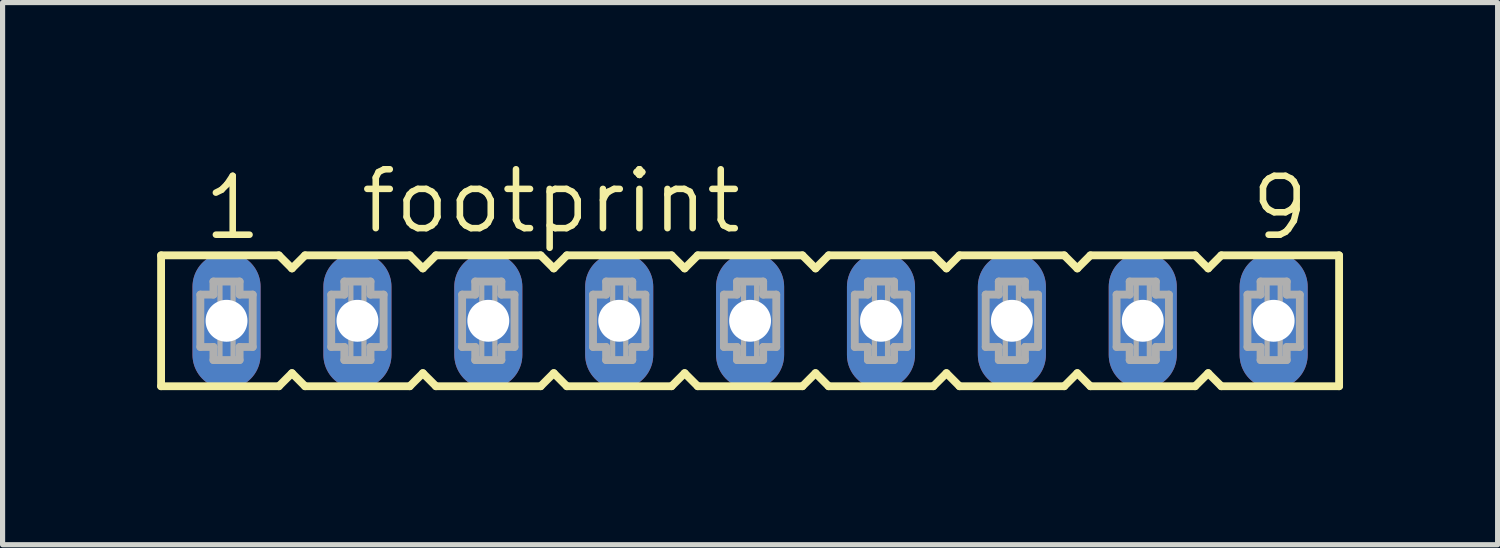
<source format=kicad_pcb>
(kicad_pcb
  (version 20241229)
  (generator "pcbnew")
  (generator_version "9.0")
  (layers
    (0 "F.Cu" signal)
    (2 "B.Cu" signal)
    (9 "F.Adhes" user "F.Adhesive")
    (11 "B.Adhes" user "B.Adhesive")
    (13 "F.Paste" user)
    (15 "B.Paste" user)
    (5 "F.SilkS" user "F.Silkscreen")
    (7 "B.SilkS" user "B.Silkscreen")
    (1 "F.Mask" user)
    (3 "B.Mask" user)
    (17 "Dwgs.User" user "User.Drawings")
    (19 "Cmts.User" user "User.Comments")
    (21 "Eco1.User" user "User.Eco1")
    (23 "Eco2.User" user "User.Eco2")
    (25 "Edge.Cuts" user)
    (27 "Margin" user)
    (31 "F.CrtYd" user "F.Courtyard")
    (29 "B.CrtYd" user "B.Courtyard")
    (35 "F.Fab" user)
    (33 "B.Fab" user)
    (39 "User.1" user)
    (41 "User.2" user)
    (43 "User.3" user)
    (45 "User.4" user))
  (footprint "footprint"
    (layer "F.Cu")
    (at 11.506 3.175)
    (property "Reference" "footprint" (at -7.62 -1.651 0) (layer "F.SilkS") (effects (font (size 1.143 1.143) (thickness 0.127)) (justify left bottom)))
    (fp_line (start -11.43 -1.27) (end -11.43 1.27) (stroke (width 0.152) (type solid)) (layer "F.SilkS"))
    (fp_line (start -11.43 1.27) (end -9.144 1.27) (stroke (width 0.152) (type solid)) (layer "F.SilkS"))
    (fp_line (start -9.144 -1.27) (end -11.43 -1.27) (stroke (width 0.152) (type solid)) (layer "F.SilkS"))
    (fp_line (start -9.144 1.27) (end -8.89 1.016) (stroke (width 0.152) (type solid)) (layer "F.SilkS"))
    (fp_line (start -8.89 -1.016) (end -9.144 -1.27) (stroke (width 0.152) (type solid)) (layer "F.SilkS"))
    (fp_line (start -8.89 1.016) (end -8.636 1.27) (stroke (width 0.152) (type solid)) (layer "F.SilkS"))
    (fp_line (start -8.636 -1.27) (end -8.89 -1.016) (stroke (width 0.152) (type solid)) (layer "F.SilkS"))
    (fp_line (start -8.636 1.27) (end -6.604 1.27) (stroke (width 0.152) (type solid)) (layer "F.SilkS"))
    (fp_line (start -6.604 -1.27) (end -8.636 -1.27) (stroke (width 0.152) (type solid)) (layer "F.SilkS"))
    (fp_line (start -6.604 1.27) (end -6.35 1.016) (stroke (width 0.152) (type solid)) (layer "F.SilkS"))
    (fp_line (start -6.35 -1.016) (end -6.604 -1.27) (stroke (width 0.152) (type solid)) (layer "F.SilkS"))
    (fp_line (start -6.35 1.016) (end -6.096 1.27) (stroke (width 0.152) (type solid)) (layer "F.SilkS"))
    (fp_line (start -6.096 -1.27) (end -6.35 -1.016) (stroke (width 0.152) (type solid)) (layer "F.SilkS"))
    (fp_line (start -6.096 1.27) (end -4.064 1.27) (stroke (width 0.152) (type solid)) (layer "F.SilkS"))
    (fp_line (start -4.064 -1.27) (end -6.096 -1.27) (stroke (width 0.152) (type solid)) (layer "F.SilkS"))
    (fp_line (start -4.064 1.27) (end -3.81 1.016) (stroke (width 0.152) (type solid)) (layer "F.SilkS"))
    (fp_line (start -3.81 -1.016) (end -4.064 -1.27) (stroke (width 0.152) (type solid)) (layer "F.SilkS"))
    (fp_line (start -3.81 1.016) (end -3.556 1.27) (stroke (width 0.152) (type solid)) (layer "F.SilkS"))
    (fp_line (start -3.556 -1.27) (end -3.81 -1.016) (stroke (width 0.152) (type solid)) (layer "F.SilkS"))
    (fp_line (start -3.556 1.27) (end -1.524 1.27) (stroke (width 0.152) (type solid)) (layer "F.SilkS"))
    (fp_line (start -1.524 -1.27) (end -3.556 -1.27) (stroke (width 0.152) (type solid)) (layer "F.SilkS"))
    (fp_line (start -1.524 1.27) (end -1.27 1.016) (stroke (width 0.152) (type solid)) (layer "F.SilkS"))
    (fp_line (start -1.27 -1.016) (end -1.524 -1.27) (stroke (width 0.152) (type solid)) (layer "F.SilkS"))
    (fp_line (start -1.27 1.016) (end -1.016 1.27) (stroke (width 0.152) (type solid)) (layer "F.SilkS"))
    (fp_line (start -1.016 -1.27) (end -1.27 -1.016) (stroke (width 0.152) (type solid)) (layer "F.SilkS"))
    (fp_line (start -1.016 1.27) (end 1.016 1.27) (stroke (width 0.152) (type solid)) (layer "F.SilkS"))
    (fp_line (start 1.016 -1.27) (end -1.016 -1.27) (stroke (width 0.152) (type solid)) (layer "F.SilkS"))
    (fp_line (start 1.016 1.27) (end 1.27 1.016) (stroke (width 0.152) (type solid)) (layer "F.SilkS"))
    (fp_line (start 1.27 -1.016) (end 1.016 -1.27) (stroke (width 0.152) (type solid)) (layer "F.SilkS"))
    (fp_line (start 1.27 1.016) (end 1.524 1.27) (stroke (width 0.152) (type solid)) (layer "F.SilkS"))
    (fp_line (start 1.524 -1.27) (end 1.27 -1.016) (stroke (width 0.152) (type solid)) (layer "F.SilkS"))
    (fp_line (start 1.524 1.27) (end 3.556 1.27) (stroke (width 0.152) (type solid)) (layer "F.SilkS"))
    (fp_line (start 3.556 -1.27) (end 1.524 -1.27) (stroke (width 0.152) (type solid)) (layer "F.SilkS"))
    (fp_line (start 3.556 1.27) (end 3.81 1.016) (stroke (width 0.152) (type solid)) (layer "F.SilkS"))
    (fp_line (start 3.81 -1.016) (end 3.556 -1.27) (stroke (width 0.152) (type solid)) (layer "F.SilkS"))
    (fp_line (start 3.81 1.016) (end 4.064 1.27) (stroke (width 0.152) (type solid)) (layer "F.SilkS"))
    (fp_line (start 4.064 -1.27) (end 3.81 -1.016) (stroke (width 0.152) (type solid)) (layer "F.SilkS"))
    (fp_line (start 4.064 1.27) (end 6.096 1.27) (stroke (width 0.152) (type solid)) (layer "F.SilkS"))
    (fp_line (start 6.096 -1.27) (end 4.064 -1.27) (stroke (width 0.152) (type solid)) (layer "F.SilkS"))
    (fp_line (start 6.096 1.27) (end 6.35 1.016) (stroke (width 0.152) (type solid)) (layer "F.SilkS"))
    (fp_line (start 6.35 -1.016) (end 6.096 -1.27) (stroke (width 0.152) (type solid)) (layer "F.SilkS"))
    (fp_line (start 6.35 1.016) (end 6.604 1.27) (stroke (width 0.152) (type solid)) (layer "F.SilkS"))
    (fp_line (start 6.604 -1.27) (end 6.35 -1.016) (stroke (width 0.152) (type solid)) (layer "F.SilkS"))
    (fp_line (start 6.604 1.27) (end 8.636 1.27) (stroke (width 0.152) (type solid)) (layer "F.SilkS"))
    (fp_line (start 8.636 -1.27) (end 6.604 -1.27) (stroke (width 0.152) (type solid)) (layer "F.SilkS"))
    (fp_line (start 8.636 1.27) (end 8.89 1.016) (stroke (width 0.152) (type solid)) (layer "F.SilkS"))
    (fp_line (start 8.89 -1.016) (end 8.636 -1.27) (stroke (width 0.152) (type solid)) (layer "F.SilkS"))
    (fp_line (start 8.89 1.016) (end 9.144 1.27) (stroke (width 0.152) (type solid)) (layer "F.SilkS"))
    (fp_line (start 9.144 -1.27) (end 8.89 -1.016) (stroke (width 0.152) (type solid)) (layer "F.SilkS"))
    (fp_line (start 9.144 1.27) (end 11.43 1.27) (stroke (width 0.152) (type solid)) (layer "F.SilkS"))
    (fp_line (start 11.43 -1.27) (end 9.144 -1.27) (stroke (width 0.152) (type solid)) (layer "F.SilkS"))
    (fp_line (start 11.43 1.27) (end 11.43 -1.27) (stroke (width 0.152) (type solid)) (layer "F.SilkS"))
    (fp_line (start -10.668 -0.508) (end -10.668 0.508) (stroke (width 0.152) (type solid)) (layer "F.Fab"))
    (fp_line (start -10.668 0.508) (end -10.414 0.508) (stroke (width 0.152) (type solid)) (layer "F.Fab"))
    (fp_line (start -10.414 -0.762) (end -10.414 -0.508) (stroke (width 0.152) (type solid)) (layer "F.Fab"))
    (fp_line (start -10.414 -0.508) (end -10.668 -0.508) (stroke (width 0.152) (type solid)) (layer "F.Fab"))
    (fp_line (start -10.414 0.508) (end -10.414 0.762) (stroke (width 0.152) (type solid)) (layer "F.Fab"))
    (fp_line (start -10.414 0.762) (end -9.906 0.762) (stroke (width 0.152) (type solid)) (layer "F.Fab"))
    (fp_line (start -9.906 -0.762) (end -10.414 -0.762) (stroke (width 0.152) (type solid)) (layer "F.Fab"))
    (fp_line (start -9.906 -0.508) (end -9.906 -0.762) (stroke (width 0.152) (type solid)) (layer "F.Fab"))
    (fp_line (start -9.906 0.508) (end -9.652 0.508) (stroke (width 0.152) (type solid)) (layer "F.Fab"))
    (fp_line (start -9.906 0.762) (end -9.906 0.508) (stroke (width 0.152) (type solid)) (layer "F.Fab"))
    (fp_line (start -9.652 -0.508) (end -9.906 -0.508) (stroke (width 0.152) (type solid)) (layer "F.Fab"))
    (fp_line (start -9.652 0.508) (end -9.652 -0.508) (stroke (width 0.152) (type solid)) (layer "F.Fab"))
    (fp_line (start -8.128 -0.508) (end -8.128 0.508) (stroke (width 0.152) (type solid)) (layer "F.Fab"))
    (fp_line (start -8.128 0.508) (end -7.874 0.508) (stroke (width 0.152) (type solid)) (layer "F.Fab"))
    (fp_line (start -7.874 -0.762) (end -7.874 -0.508) (stroke (width 0.152) (type solid)) (layer "F.Fab"))
    (fp_line (start -7.874 -0.508) (end -8.128 -0.508) (stroke (width 0.152) (type solid)) (layer "F.Fab"))
    (fp_line (start -7.874 0.508) (end -7.874 0.762) (stroke (width 0.152) (type solid)) (layer "F.Fab"))
    (fp_line (start -7.874 0.762) (end -7.366 0.762) (stroke (width 0.152) (type solid)) (layer "F.Fab"))
    (fp_line (start -7.366 -0.762) (end -7.874 -0.762) (stroke (width 0.152) (type solid)) (layer "F.Fab"))
    (fp_line (start -7.366 -0.508) (end -7.366 -0.762) (stroke (width 0.152) (type solid)) (layer "F.Fab"))
    (fp_line (start -7.366 0.508) (end -7.112 0.508) (stroke (width 0.152) (type solid)) (layer "F.Fab"))
    (fp_line (start -7.366 0.762) (end -7.366 0.508) (stroke (width 0.152) (type solid)) (layer "F.Fab"))
    (fp_line (start -7.112 -0.508) (end -7.366 -0.508) (stroke (width 0.152) (type solid)) (layer "F.Fab"))
    (fp_line (start -7.112 0.508) (end -7.112 -0.508) (stroke (width 0.152) (type solid)) (layer "F.Fab"))
    (fp_line (start -5.588 -0.508) (end -5.588 0.508) (stroke (width 0.152) (type solid)) (layer "F.Fab"))
    (fp_line (start -5.588 0.508) (end -5.334 0.508) (stroke (width 0.152) (type solid)) (layer "F.Fab"))
    (fp_line (start -5.334 -0.762) (end -5.334 -0.508) (stroke (width 0.152) (type solid)) (layer "F.Fab"))
    (fp_line (start -5.334 -0.508) (end -5.588 -0.508) (stroke (width 0.152) (type solid)) (layer "F.Fab"))
    (fp_line (start -5.334 0.508) (end -5.334 0.762) (stroke (width 0.152) (type solid)) (layer "F.Fab"))
    (fp_line (start -5.334 0.762) (end -4.826 0.762) (stroke (width 0.152) (type solid)) (layer "F.Fab"))
    (fp_line (start -4.826 -0.762) (end -5.334 -0.762) (stroke (width 0.152) (type solid)) (layer "F.Fab"))
    (fp_line (start -4.826 -0.508) (end -4.826 -0.762) (stroke (width 0.152) (type solid)) (layer "F.Fab"))
    (fp_line (start -4.826 0.508) (end -4.572 0.508) (stroke (width 0.152) (type solid)) (layer "F.Fab"))
    (fp_line (start -4.826 0.762) (end -4.826 0.508) (stroke (width 0.152) (type solid)) (layer "F.Fab"))
    (fp_line (start -4.572 -0.508) (end -4.826 -0.508) (stroke (width 0.152) (type solid)) (layer "F.Fab"))
    (fp_line (start -4.572 0.508) (end -4.572 -0.508) (stroke (width 0.152) (type solid)) (layer "F.Fab"))
    (fp_line (start -3.048 -0.508) (end -3.048 0.508) (stroke (width 0.152) (type solid)) (layer "F.Fab"))
    (fp_line (start -3.048 0.508) (end -2.794 0.508) (stroke (width 0.152) (type solid)) (layer "F.Fab"))
    (fp_line (start -2.794 -0.762) (end -2.794 -0.508) (stroke (width 0.152) (type solid)) (layer "F.Fab"))
    (fp_line (start -2.794 -0.508) (end -3.048 -0.508) (stroke (width 0.152) (type solid)) (layer "F.Fab"))
    (fp_line (start -2.794 0.508) (end -2.794 0.762) (stroke (width 0.152) (type solid)) (layer "F.Fab"))
    (fp_line (start -2.794 0.762) (end -2.286 0.762) (stroke (width 0.152) (type solid)) (layer "F.Fab"))
    (fp_line (start -2.286 -0.762) (end -2.794 -0.762) (stroke (width 0.152) (type solid)) (layer "F.Fab"))
    (fp_line (start -2.286 -0.508) (end -2.286 -0.762) (stroke (width 0.152) (type solid)) (layer "F.Fab"))
    (fp_line (start -2.286 0.508) (end -2.032 0.508) (stroke (width 0.152) (type solid)) (layer "F.Fab"))
    (fp_line (start -2.286 0.762) (end -2.286 0.508) (stroke (width 0.152) (type solid)) (layer "F.Fab"))
    (fp_line (start -2.032 -0.508) (end -2.286 -0.508) (stroke (width 0.152) (type solid)) (layer "F.Fab"))
    (fp_line (start -2.032 0.508) (end -2.032 -0.508) (stroke (width 0.152) (type solid)) (layer "F.Fab"))
    (fp_line (start -0.508 -0.508) (end -0.508 0.508) (stroke (width 0.152) (type solid)) (layer "F.Fab"))
    (fp_line (start -0.508 0.508) (end -0.254 0.508) (stroke (width 0.152) (type solid)) (layer "F.Fab"))
    (fp_line (start -0.254 -0.762) (end -0.254 -0.508) (stroke (width 0.152) (type solid)) (layer "F.Fab"))
    (fp_line (start -0.254 -0.508) (end -0.508 -0.508) (stroke (width 0.152) (type solid)) (layer "F.Fab"))
    (fp_line (start -0.254 0.508) (end -0.254 0.762) (stroke (width 0.152) (type solid)) (layer "F.Fab"))
    (fp_line (start -0.254 0.762) (end 0.254 0.762) (stroke (width 0.152) (type solid)) (layer "F.Fab"))
    (fp_line (start 0.254 -0.762) (end -0.254 -0.762) (stroke (width 0.152) (type solid)) (layer "F.Fab"))
    (fp_line (start 0.254 -0.508) (end 0.254 -0.762) (stroke (width 0.152) (type solid)) (layer "F.Fab"))
    (fp_line (start 0.254 0.508) (end 0.508 0.508) (stroke (width 0.152) (type solid)) (layer "F.Fab"))
    (fp_line (start 0.254 0.762) (end 0.254 0.508) (stroke (width 0.152) (type solid)) (layer "F.Fab"))
    (fp_line (start 0.508 -0.508) (end 0.254 -0.508) (stroke (width 0.152) (type solid)) (layer "F.Fab"))
    (fp_line (start 0.508 0.508) (end 0.508 -0.508) (stroke (width 0.152) (type solid)) (layer "F.Fab"))
    (fp_line (start 2.032 -0.508) (end 2.032 0.508) (stroke (width 0.152) (type solid)) (layer "F.Fab"))
    (fp_line (start 2.032 0.508) (end 2.286 0.508) (stroke (width 0.152) (type solid)) (layer "F.Fab"))
    (fp_line (start 2.286 -0.762) (end 2.286 -0.508) (stroke (width 0.152) (type solid)) (layer "F.Fab"))
    (fp_line (start 2.286 -0.508) (end 2.032 -0.508) (stroke (width 0.152) (type solid)) (layer "F.Fab"))
    (fp_line (start 2.286 0.508) (end 2.286 0.762) (stroke (width 0.152) (type solid)) (layer "F.Fab"))
    (fp_line (start 2.286 0.762) (end 2.794 0.762) (stroke (width 0.152) (type solid)) (layer "F.Fab"))
    (fp_line (start 2.794 -0.762) (end 2.286 -0.762) (stroke (width 0.152) (type solid)) (layer "F.Fab"))
    (fp_line (start 2.794 -0.508) (end 2.794 -0.762) (stroke (width 0.152) (type solid)) (layer "F.Fab"))
    (fp_line (start 2.794 0.508) (end 3.048 0.508) (stroke (width 0.152) (type solid)) (layer "F.Fab"))
    (fp_line (start 2.794 0.762) (end 2.794 0.508) (stroke (width 0.152) (type solid)) (layer "F.Fab"))
    (fp_line (start 3.048 -0.508) (end 2.794 -0.508) (stroke (width 0.152) (type solid)) (layer "F.Fab"))
    (fp_line (start 3.048 0.508) (end 3.048 -0.508) (stroke (width 0.152) (type solid)) (layer "F.Fab"))
    (fp_line (start 4.572 -0.508) (end 4.572 0.508) (stroke (width 0.152) (type solid)) (layer "F.Fab"))
    (fp_line (start 4.572 0.508) (end 4.826 0.508) (stroke (width 0.152) (type solid)) (layer "F.Fab"))
    (fp_line (start 4.826 -0.762) (end 4.826 -0.508) (stroke (width 0.152) (type solid)) (layer "F.Fab"))
    (fp_line (start 4.826 -0.508) (end 4.572 -0.508) (stroke (width 0.152) (type solid)) (layer "F.Fab"))
    (fp_line (start 4.826 0.508) (end 4.826 0.762) (stroke (width 0.152) (type solid)) (layer "F.Fab"))
    (fp_line (start 4.826 0.762) (end 5.334 0.762) (stroke (width 0.152) (type solid)) (layer "F.Fab"))
    (fp_line (start 5.334 -0.762) (end 4.826 -0.762) (stroke (width 0.152) (type solid)) (layer "F.Fab"))
    (fp_line (start 5.334 -0.508) (end 5.334 -0.762) (stroke (width 0.152) (type solid)) (layer "F.Fab"))
    (fp_line (start 5.334 0.508) (end 5.588 0.508) (stroke (width 0.152) (type solid)) (layer "F.Fab"))
    (fp_line (start 5.334 0.762) (end 5.334 0.508) (stroke (width 0.152) (type solid)) (layer "F.Fab"))
    (fp_line (start 5.588 -0.508) (end 5.334 -0.508) (stroke (width 0.152) (type solid)) (layer "F.Fab"))
    (fp_line (start 5.588 0.508) (end 5.588 -0.508) (stroke (width 0.152) (type solid)) (layer "F.Fab"))
    (fp_line (start 7.112 -0.508) (end 7.112 0.508) (stroke (width 0.152) (type solid)) (layer "F.Fab"))
    (fp_line (start 7.112 0.508) (end 7.366 0.508) (stroke (width 0.152) (type solid)) (layer "F.Fab"))
    (fp_line (start 7.366 -0.762) (end 7.366 -0.508) (stroke (width 0.152) (type solid)) (layer "F.Fab"))
    (fp_line (start 7.366 -0.508) (end 7.112 -0.508) (stroke (width 0.152) (type solid)) (layer "F.Fab"))
    (fp_line (start 7.366 0.508) (end 7.366 0.762) (stroke (width 0.152) (type solid)) (layer "F.Fab"))
    (fp_line (start 7.366 0.762) (end 7.874 0.762) (stroke (width 0.152) (type solid)) (layer "F.Fab"))
    (fp_line (start 7.874 -0.762) (end 7.366 -0.762) (stroke (width 0.152) (type solid)) (layer "F.Fab"))
    (fp_line (start 7.874 -0.508) (end 7.874 -0.762) (stroke (width 0.152) (type solid)) (layer "F.Fab"))
    (fp_line (start 7.874 0.508) (end 8.128 0.508) (stroke (width 0.152) (type solid)) (layer "F.Fab"))
    (fp_line (start 7.874 0.762) (end 7.874 0.508) (stroke (width 0.152) (type solid)) (layer "F.Fab"))
    (fp_line (start 8.128 -0.508) (end 7.874 -0.508) (stroke (width 0.152) (type solid)) (layer "F.Fab"))
    (fp_line (start 8.128 0.508) (end 8.128 -0.508) (stroke (width 0.152) (type solid)) (layer "F.Fab"))
    (fp_line (start 9.652 -0.508) (end 9.652 0.508) (stroke (width 0.152) (type solid)) (layer "F.Fab"))
    (fp_line (start 9.652 0.508) (end 9.906 0.508) (stroke (width 0.152) (type solid)) (layer "F.Fab"))
    (fp_line (start 9.906 -0.762) (end 9.906 -0.508) (stroke (width 0.152) (type solid)) (layer "F.Fab"))
    (fp_line (start 9.906 -0.508) (end 9.652 -0.508) (stroke (width 0.152) (type solid)) (layer "F.Fab"))
    (fp_line (start 9.906 0.508) (end 9.906 0.762) (stroke (width 0.152) (type solid)) (layer "F.Fab"))
    (fp_line (start 9.906 0.762) (end 10.414 0.762) (stroke (width 0.152) (type solid)) (layer "F.Fab"))
    (fp_line (start 10.414 -0.762) (end 9.906 -0.762) (stroke (width 0.152) (type solid)) (layer "F.Fab"))
    (fp_line (start 10.414 -0.508) (end 10.414 -0.762) (stroke (width 0.152) (type solid)) (layer "F.Fab"))
    (fp_line (start 10.414 0.508) (end 10.668 0.508) (stroke (width 0.152) (type solid)) (layer "F.Fab"))
    (fp_line (start 10.414 0.762) (end 10.414 0.508) (stroke (width 0.152) (type solid)) (layer "F.Fab"))
    (fp_line (start 10.668 -0.508) (end 10.414 -0.508) (stroke (width 0.152) (type solid)) (layer "F.Fab"))
    (fp_line (start 10.668 0.508) (end 10.668 -0.508) (stroke (width 0.152) (type solid)) (layer "F.Fab"))
    (fp_poly (pts (xy -10.287 -0.254) (xy -10.033 -0.254) (xy -10.033 -0.762) (xy -10.287 -0.762)) (stroke (width 0.1) (type solid)) (fill no) (layer "F.Fab"))
    (fp_poly (pts (xy -10.287 0.762) (xy -10.033 0.762) (xy -10.033 0.254) (xy -10.287 0.254)) (stroke (width 0.1) (type solid)) (fill no) (layer "F.Fab"))
    (fp_poly (pts (xy -7.747 -0.254) (xy -7.493 -0.254) (xy -7.493 -0.762) (xy -7.747 -0.762)) (stroke (width 0.1) (type solid)) (fill no) (layer "F.Fab"))
    (fp_poly (pts (xy -7.747 0.762) (xy -7.493 0.762) (xy -7.493 0.254) (xy -7.747 0.254)) (stroke (width 0.1) (type solid)) (fill no) (layer "F.Fab"))
    (fp_poly (pts (xy -5.207 -0.254) (xy -4.953 -0.254) (xy -4.953 -0.762) (xy -5.207 -0.762)) (stroke (width 0.1) (type solid)) (fill no) (layer "F.Fab"))
    (fp_poly (pts (xy -5.207 0.762) (xy -4.953 0.762) (xy -4.953 0.254) (xy -5.207 0.254)) (stroke (width 0.1) (type solid)) (fill no) (layer "F.Fab"))
    (fp_poly (pts (xy -2.667 -0.254) (xy -2.413 -0.254) (xy -2.413 -0.762) (xy -2.667 -0.762)) (stroke (width 0.1) (type solid)) (fill no) (layer "F.Fab"))
    (fp_poly (pts (xy -2.667 0.762) (xy -2.413 0.762) (xy -2.413 0.254) (xy -2.667 0.254)) (stroke (width 0.1) (type solid)) (fill no) (layer "F.Fab"))
    (fp_poly (pts (xy -0.127 -0.254) (xy 0.127 -0.254) (xy 0.127 -0.762) (xy -0.127 -0.762)) (stroke (width 0.1) (type solid)) (fill no) (layer "F.Fab"))
    (fp_poly (pts (xy -0.127 0.762) (xy 0.127 0.762) (xy 0.127 0.254) (xy -0.127 0.254)) (stroke (width 0.1) (type solid)) (fill no) (layer "F.Fab"))
    (fp_poly (pts (xy 2.413 -0.254) (xy 2.667 -0.254) (xy 2.667 -0.762) (xy 2.413 -0.762)) (stroke (width 0.1) (type solid)) (fill no) (layer "F.Fab"))
    (fp_poly (pts (xy 2.413 0.762) (xy 2.667 0.762) (xy 2.667 0.254) (xy 2.413 0.254)) (stroke (width 0.1) (type solid)) (fill no) (layer "F.Fab"))
    (fp_poly (pts (xy 4.953 -0.254) (xy 5.207 -0.254) (xy 5.207 -0.762) (xy 4.953 -0.762)) (stroke (width 0.1) (type solid)) (fill no) (layer "F.Fab"))
    (fp_poly (pts (xy 4.953 0.762) (xy 5.207 0.762) (xy 5.207 0.254) (xy 4.953 0.254)) (stroke (width 0.1) (type solid)) (fill no) (layer "F.Fab"))
    (fp_poly (pts (xy 7.493 -0.254) (xy 7.747 -0.254) (xy 7.747 -0.762) (xy 7.493 -0.762)) (stroke (width 0.1) (type solid)) (fill no) (layer "F.Fab"))
    (fp_poly (pts (xy 7.493 0.762) (xy 7.747 0.762) (xy 7.747 0.254) (xy 7.493 0.254)) (stroke (width 0.1) (type solid)) (fill no) (layer "F.Fab"))
    (fp_poly (pts (xy 10.033 -0.254) (xy 10.287 -0.254) (xy 10.287 -0.762) (xy 10.033 -0.762)) (stroke (width 0.1) (type solid)) (fill no) (layer "F.Fab"))
    (fp_poly (pts (xy 10.033 0.762) (xy 10.287 0.762) (xy 10.287 0.254) (xy 10.033 0.254)) (stroke (width 0.1) (type solid)) (fill no) (layer "F.Fab"))
    (fp_text user "9" (at 9.652 -1.524 0) (layer "F.SilkS") (effects (font (size 1.143 1.143) (thickness 0.127)) (justify left bottom)))
    (fp_text user "1" (at -10.668 -1.524 0) (layer "F.SilkS") (effects (font (size 1.143 1.143) (thickness 0.127)) (justify left bottom)))
    (pad "1" thru_hole oval (at -10.16 0 90) (size 2.642 1.321) (drill 0.813) (layers "*.Cu" "*.Mask"))
    (pad "2" thru_hole oval (at -7.62 0 90) (size 2.642 1.321) (drill 0.813) (layers "*.Cu" "*.Mask"))
    (pad "3" thru_hole oval (at -5.08 0 90) (size 2.642 1.321) (drill 0.813) (layers "*.Cu" "*.Mask"))
    (pad "4" thru_hole oval (at -2.54 0 90) (size 2.642 1.321) (drill 0.813) (layers "*.Cu" "*.Mask"))
    (pad "5" thru_hole oval (at 0 0 90) (size 2.642 1.321) (drill 0.813) (layers "*.Cu" "*.Mask"))
    (pad "6" thru_hole oval (at 2.54 0 90) (size 2.642 1.321) (drill 0.813) (layers "*.Cu" "*.Mask"))
    (pad "7" thru_hole oval (at 5.08 0 90) (size 2.642 1.321) (drill 0.813) (layers "*.Cu" "*.Mask"))
    (pad "8" thru_hole oval (at 7.62 0 90) (size 2.642 1.321) (drill 0.813) (layers "*.Cu" "*.Mask"))
    (pad "9" thru_hole oval (at 10.16 0 90) (size 2.642 1.321) (drill 0.813) (layers "*.Cu" "*.Mask")))
  (gr_rect
    (start -3 -3)
    (end 26.012 7.521)
    (stroke (width 0.1) (type default))
    (fill no)
    (layer "Edge.Cuts")))
</source>
